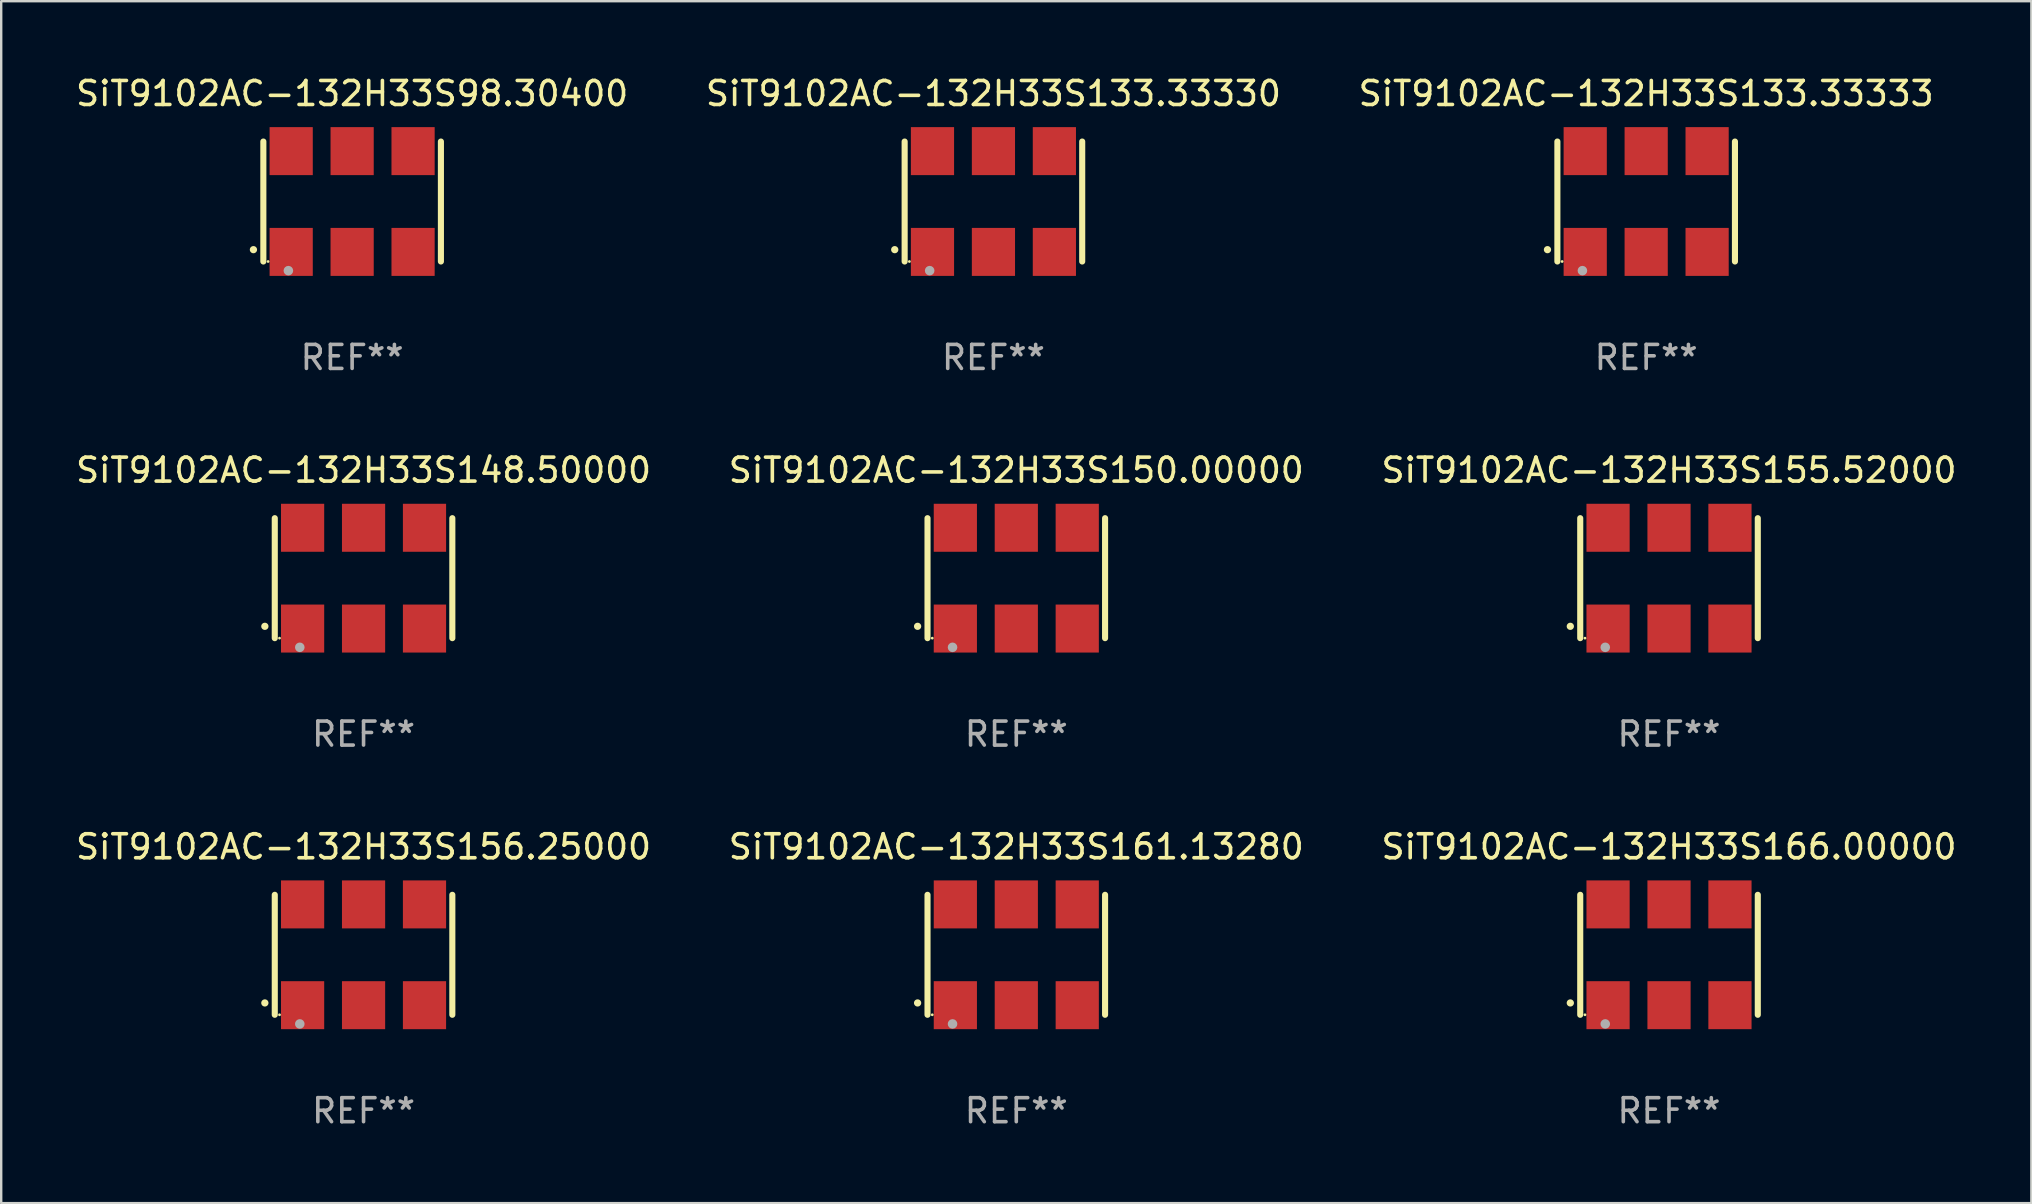
<source format=kicad_pcb>
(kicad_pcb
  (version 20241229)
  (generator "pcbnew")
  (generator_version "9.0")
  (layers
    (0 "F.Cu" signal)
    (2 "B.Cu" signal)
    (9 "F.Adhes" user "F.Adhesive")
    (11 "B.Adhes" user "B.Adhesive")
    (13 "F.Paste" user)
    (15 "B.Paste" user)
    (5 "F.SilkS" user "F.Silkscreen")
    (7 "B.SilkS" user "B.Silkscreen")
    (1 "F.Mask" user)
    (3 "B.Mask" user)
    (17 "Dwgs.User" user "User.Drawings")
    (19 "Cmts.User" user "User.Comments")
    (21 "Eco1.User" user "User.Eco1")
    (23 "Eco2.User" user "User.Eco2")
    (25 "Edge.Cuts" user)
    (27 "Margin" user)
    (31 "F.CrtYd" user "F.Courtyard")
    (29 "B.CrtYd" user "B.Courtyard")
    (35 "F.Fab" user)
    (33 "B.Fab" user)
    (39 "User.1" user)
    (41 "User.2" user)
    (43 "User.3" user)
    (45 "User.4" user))
  (footprint "SiT9102AC-132H33S133.33330"
    (layer "F.Cu")
    (at 38.351 5.348)
    (property "Reference" "SiT9102AC-132H33S133.33330" (at 0 -4.5 0) (layer "F.SilkS") (effects (font (size 1 1) (thickness 0.15))))
    (attr through_hole)
    (fp_line (start -3.7 -2.5) (end -3.7 2.5) (stroke (width 0.254) (type solid)) (layer "F.SilkS"))
    (fp_line (start 3.7 -2.5) (end 3.7 2.5) (stroke (width 0.254) (type solid)) (layer "F.SilkS"))
    (fp_arc (start -4.114415 2.006604) (mid -4.113145 2.006599) (end -4.111875 2.006604) (stroke (width 0.3) (type solid)) (layer "F.SilkS"))
    (fp_circle (center -3.502 2.5) (end -3.472 2.5) (stroke (width 0.06) (type solid)) (fill no) (layer "F.SilkS"))
    (fp_circle (center -2.657 2.882) (end -2.557 2.882) (stroke (width 0.2) (type solid)) (fill no) (layer "F.Fab"))
    (fp_text user "REF**" (at 0 6.5 0) (layer "F.Fab") (effects (font (size 1 1) (thickness 0.15))))
    (pad "1" smd rect (at -2.54 2.1) (size 1.8 2) (layers "F.Cu" "F.Mask" "F.Paste"))
    (pad "2" smd rect (at 0.000394 2.1) (size 1.8 2) (layers "F.Cu" "F.Mask" "F.Paste"))
    (pad "3" smd rect (at 2.54 2.1) (size 1.8 2) (layers "F.Cu" "F.Mask" "F.Paste"))
    (pad "4" smd rect (at 2.54 -2.1) (size 1.8 2) (layers "F.Cu" "F.Mask" "F.Paste"))
    (pad "5" smd rect (at 0.000394 -2.1) (size 1.8 2) (layers "F.Cu" "F.Mask" "F.Paste"))
    (pad "6" smd rect (at -2.54 -2.1) (size 1.8 2) (layers "F.Cu" "F.Mask" "F.Paste")))
  (footprint "SiT9102AC-132H33S161.13280"
    (layer "F.Cu")
    (at 39.304 36.741)
    (property "Reference" "SiT9102AC-132H33S161.13280" (at 0 -4.5 0) (layer "F.SilkS") (effects (font (size 1 1) (thickness 0.15))))
    (attr through_hole)
    (fp_line (start -3.7 -2.5) (end -3.7 2.5) (stroke (width 0.254) (type solid)) (layer "F.SilkS"))
    (fp_line (start 3.7 -2.5) (end 3.7 2.5) (stroke (width 0.254) (type solid)) (layer "F.SilkS"))
    (fp_arc (start -4.114415 2.006604) (mid -4.113145 2.006599) (end -4.111875 2.006604) (stroke (width 0.3) (type solid)) (layer "F.SilkS"))
    (fp_circle (center -3.502 2.5) (end -3.472 2.5) (stroke (width 0.06) (type solid)) (fill no) (layer "F.SilkS"))
    (fp_circle (center -2.657 2.882) (end -2.557 2.882) (stroke (width 0.2) (type solid)) (fill no) (layer "F.Fab"))
    (fp_text user "REF**" (at 0 6.5 0) (layer "F.Fab") (effects (font (size 1 1) (thickness 0.15))))
    (pad "1" smd rect (at -2.54 2.1) (size 1.8 2) (layers "F.Cu" "F.Mask" "F.Paste"))
    (pad "2" smd rect (at 0.000394 2.1) (size 1.8 2) (layers "F.Cu" "F.Mask" "F.Paste"))
    (pad "3" smd rect (at 2.54 2.1) (size 1.8 2) (layers "F.Cu" "F.Mask" "F.Paste"))
    (pad "4" smd rect (at 2.54 -2.1) (size 1.8 2) (layers "F.Cu" "F.Mask" "F.Paste"))
    (pad "5" smd rect (at 0.000394 -2.1) (size 1.8 2) (layers "F.Cu" "F.Mask" "F.Paste"))
    (pad "6" smd rect (at -2.54 -2.1) (size 1.8 2) (layers "F.Cu" "F.Mask" "F.Paste")))
  (footprint "SiT9102AC-132H33S133.33333"
    (layer "F.Cu")
    (at 65.554 5.348)
    (property "Reference" "SiT9102AC-132H33S133.33333" (at 0 -4.5 0) (layer "F.SilkS") (effects (font (size 1 1) (thickness 0.15))))
    (attr through_hole)
    (fp_line (start -3.7 -2.5) (end -3.7 2.5) (stroke (width 0.254) (type solid)) (layer "F.SilkS"))
    (fp_line (start 3.7 -2.5) (end 3.7 2.5) (stroke (width 0.254) (type solid)) (layer "F.SilkS"))
    (fp_arc (start -4.114415 2.006604) (mid -4.113145 2.006599) (end -4.111875 2.006604) (stroke (width 0.3) (type solid)) (layer "F.SilkS"))
    (fp_circle (center -3.502 2.5) (end -3.472 2.5) (stroke (width 0.06) (type solid)) (fill no) (layer "F.SilkS"))
    (fp_circle (center -2.657 2.882) (end -2.557 2.882) (stroke (width 0.2) (type solid)) (fill no) (layer "F.Fab"))
    (fp_text user "REF**" (at 0 6.5 0) (layer "F.Fab") (effects (font (size 1 1) (thickness 0.15))))
    (pad "1" smd rect (at -2.54 2.1) (size 1.8 2) (layers "F.Cu" "F.Mask" "F.Paste"))
    (pad "2" smd rect (at 0.000394 2.1) (size 1.8 2) (layers "F.Cu" "F.Mask" "F.Paste"))
    (pad "3" smd rect (at 2.54 2.1) (size 1.8 2) (layers "F.Cu" "F.Mask" "F.Paste"))
    (pad "4" smd rect (at 2.54 -2.1) (size 1.8 2) (layers "F.Cu" "F.Mask" "F.Paste"))
    (pad "5" smd rect (at 0.000394 -2.1) (size 1.8 2) (layers "F.Cu" "F.Mask" "F.Paste"))
    (pad "6" smd rect (at -2.54 -2.1) (size 1.8 2) (layers "F.Cu" "F.Mask" "F.Paste")))
  (footprint "SiT9102AC-132H33S98.30400"
    (layer "F.Cu")
    (at 11.625 5.348)
    (property "Reference" "SiT9102AC-132H33S98.30400" (at 0 -4.5 0) (layer "F.SilkS") (effects (font (size 1 1) (thickness 0.15))))
    (attr through_hole)
    (fp_line (start -3.7 -2.5) (end -3.7 2.5) (stroke (width 0.254) (type solid)) (layer "F.SilkS"))
    (fp_line (start 3.7 -2.5) (end 3.7 2.5) (stroke (width 0.254) (type solid)) (layer "F.SilkS"))
    (fp_arc (start -4.114415 2.006604) (mid -4.113145 2.006599) (end -4.111875 2.006604) (stroke (width 0.3) (type solid)) (layer "F.SilkS"))
    (fp_circle (center -3.502 2.5) (end -3.472 2.5) (stroke (width 0.06) (type solid)) (fill no) (layer "F.SilkS"))
    (fp_circle (center -2.657 2.882) (end -2.557 2.882) (stroke (width 0.2) (type solid)) (fill no) (layer "F.Fab"))
    (fp_text user "REF**" (at 0 6.5 0) (layer "F.Fab") (effects (font (size 1 1) (thickness 0.15))))
    (pad "1" smd rect (at -2.54 2.1) (size 1.8 2) (layers "F.Cu" "F.Mask" "F.Paste"))
    (pad "2" smd rect (at 0.000394 2.1) (size 1.8 2) (layers "F.Cu" "F.Mask" "F.Paste"))
    (pad "3" smd rect (at 2.54 2.1) (size 1.8 2) (layers "F.Cu" "F.Mask" "F.Paste"))
    (pad "4" smd rect (at 2.54 -2.1) (size 1.8 2) (layers "F.Cu" "F.Mask" "F.Paste"))
    (pad "5" smd rect (at 0.000394 -2.1) (size 1.8 2) (layers "F.Cu" "F.Mask" "F.Paste"))
    (pad "6" smd rect (at -2.54 -2.1) (size 1.8 2) (layers "F.Cu" "F.Mask" "F.Paste")))
  (footprint "SiT9102AC-132H33S155.52000"
    (layer "F.Cu")
    (at 66.506 21.045)
    (property "Reference" "SiT9102AC-132H33S155.52000" (at 0 -4.5 0) (layer "F.SilkS") (effects (font (size 1 1) (thickness 0.15))))
    (attr through_hole)
    (fp_line (start -3.7 -2.5) (end -3.7 2.5) (stroke (width 0.254) (type solid)) (layer "F.SilkS"))
    (fp_line (start 3.7 -2.5) (end 3.7 2.5) (stroke (width 0.254) (type solid)) (layer "F.SilkS"))
    (fp_arc (start -4.114415 2.006604) (mid -4.113145 2.006599) (end -4.111875 2.006604) (stroke (width 0.3) (type solid)) (layer "F.SilkS"))
    (fp_circle (center -3.502 2.5) (end -3.472 2.5) (stroke (width 0.06) (type solid)) (fill no) (layer "F.SilkS"))
    (fp_circle (center -2.657 2.882) (end -2.557 2.882) (stroke (width 0.2) (type solid)) (fill no) (layer "F.Fab"))
    (fp_text user "REF**" (at 0 6.5 0) (layer "F.Fab") (effects (font (size 1 1) (thickness 0.15))))
    (pad "1" smd rect (at -2.54 2.1) (size 1.8 2) (layers "F.Cu" "F.Mask" "F.Paste"))
    (pad "2" smd rect (at 0.000394 2.1) (size 1.8 2) (layers "F.Cu" "F.Mask" "F.Paste"))
    (pad "3" smd rect (at 2.54 2.1) (size 1.8 2) (layers "F.Cu" "F.Mask" "F.Paste"))
    (pad "4" smd rect (at 2.54 -2.1) (size 1.8 2) (layers "F.Cu" "F.Mask" "F.Paste"))
    (pad "5" smd rect (at 0.000394 -2.1) (size 1.8 2) (layers "F.Cu" "F.Mask" "F.Paste"))
    (pad "6" smd rect (at -2.54 -2.1) (size 1.8 2) (layers "F.Cu" "F.Mask" "F.Paste")))
  (footprint "SiT9102AC-132H33S166.00000"
    (layer "F.Cu")
    (at 66.506 36.741)
    (property "Reference" "SiT9102AC-132H33S166.00000" (at 0 -4.5 0) (layer "F.SilkS") (effects (font (size 1 1) (thickness 0.15))))
    (attr through_hole)
    (fp_line (start -3.7 -2.5) (end -3.7 2.5) (stroke (width 0.254) (type solid)) (layer "F.SilkS"))
    (fp_line (start 3.7 -2.5) (end 3.7 2.5) (stroke (width 0.254) (type solid)) (layer "F.SilkS"))
    (fp_arc (start -4.114415 2.006604) (mid -4.113145 2.006599) (end -4.111875 2.006604) (stroke (width 0.3) (type solid)) (layer "F.SilkS"))
    (fp_circle (center -3.502 2.5) (end -3.472 2.5) (stroke (width 0.06) (type solid)) (fill no) (layer "F.SilkS"))
    (fp_circle (center -2.657 2.882) (end -2.557 2.882) (stroke (width 0.2) (type solid)) (fill no) (layer "F.Fab"))
    (fp_text user "REF**" (at 0 6.5 0) (layer "F.Fab") (effects (font (size 1 1) (thickness 0.15))))
    (pad "1" smd rect (at -2.54 2.1) (size 1.8 2) (layers "F.Cu" "F.Mask" "F.Paste"))
    (pad "2" smd rect (at 0.000394 2.1) (size 1.8 2) (layers "F.Cu" "F.Mask" "F.Paste"))
    (pad "3" smd rect (at 2.54 2.1) (size 1.8 2) (layers "F.Cu" "F.Mask" "F.Paste"))
    (pad "4" smd rect (at 2.54 -2.1) (size 1.8 2) (layers "F.Cu" "F.Mask" "F.Paste"))
    (pad "5" smd rect (at 0.000394 -2.1) (size 1.8 2) (layers "F.Cu" "F.Mask" "F.Paste"))
    (pad "6" smd rect (at -2.54 -2.1) (size 1.8 2) (layers "F.Cu" "F.Mask" "F.Paste")))
  (footprint "SiT9102AC-132H33S148.50000"
    (layer "F.Cu")
    (at 12.101 21.045)
    (property "Reference" "SiT9102AC-132H33S148.50000" (at 0 -4.5 0) (layer "F.SilkS") (effects (font (size 1 1) (thickness 0.15))))
    (attr through_hole)
    (fp_line (start -3.7 -2.5) (end -3.7 2.5) (stroke (width 0.254) (type solid)) (layer "F.SilkS"))
    (fp_line (start 3.7 -2.5) (end 3.7 2.5) (stroke (width 0.254) (type solid)) (layer "F.SilkS"))
    (fp_arc (start -4.114415 2.006604) (mid -4.113145 2.006599) (end -4.111875 2.006604) (stroke (width 0.3) (type solid)) (layer "F.SilkS"))
    (fp_circle (center -3.502 2.5) (end -3.472 2.5) (stroke (width 0.06) (type solid)) (fill no) (layer "F.SilkS"))
    (fp_circle (center -2.657 2.882) (end -2.557 2.882) (stroke (width 0.2) (type solid)) (fill no) (layer "F.Fab"))
    (fp_text user "REF**" (at 0 6.5 0) (layer "F.Fab") (effects (font (size 1 1) (thickness 0.15))))
    (pad "1" smd rect (at -2.54 2.1) (size 1.8 2) (layers "F.Cu" "F.Mask" "F.Paste"))
    (pad "2" smd rect (at 0.000394 2.1) (size 1.8 2) (layers "F.Cu" "F.Mask" "F.Paste"))
    (pad "3" smd rect (at 2.54 2.1) (size 1.8 2) (layers "F.Cu" "F.Mask" "F.Paste"))
    (pad "4" smd rect (at 2.54 -2.1) (size 1.8 2) (layers "F.Cu" "F.Mask" "F.Paste"))
    (pad "5" smd rect (at 0.000394 -2.1) (size 1.8 2) (layers "F.Cu" "F.Mask" "F.Paste"))
    (pad "6" smd rect (at -2.54 -2.1) (size 1.8 2) (layers "F.Cu" "F.Mask" "F.Paste")))
  (footprint "SiT9102AC-132H33S156.25000"
    (layer "F.Cu")
    (at 12.101 36.741)
    (property "Reference" "SiT9102AC-132H33S156.25000" (at 0 -4.5 0) (layer "F.SilkS") (effects (font (size 1 1) (thickness 0.15))))
    (attr through_hole)
    (fp_line (start -3.7 -2.5) (end -3.7 2.5) (stroke (width 0.254) (type solid)) (layer "F.SilkS"))
    (fp_line (start 3.7 -2.5) (end 3.7 2.5) (stroke (width 0.254) (type solid)) (layer "F.SilkS"))
    (fp_arc (start -4.114415 2.006604) (mid -4.113145 2.006599) (end -4.111875 2.006604) (stroke (width 0.3) (type solid)) (layer "F.SilkS"))
    (fp_circle (center -3.502 2.5) (end -3.472 2.5) (stroke (width 0.06) (type solid)) (fill no) (layer "F.SilkS"))
    (fp_circle (center -2.657 2.882) (end -2.557 2.882) (stroke (width 0.2) (type solid)) (fill no) (layer "F.Fab"))
    (fp_text user "REF**" (at 0 6.5 0) (layer "F.Fab") (effects (font (size 1 1) (thickness 0.15))))
    (pad "1" smd rect (at -2.54 2.1) (size 1.8 2) (layers "F.Cu" "F.Mask" "F.Paste"))
    (pad "2" smd rect (at 0.000394 2.1) (size 1.8 2) (layers "F.Cu" "F.Mask" "F.Paste"))
    (pad "3" smd rect (at 2.54 2.1) (size 1.8 2) (layers "F.Cu" "F.Mask" "F.Paste"))
    (pad "4" smd rect (at 2.54 -2.1) (size 1.8 2) (layers "F.Cu" "F.Mask" "F.Paste"))
    (pad "5" smd rect (at 0.000394 -2.1) (size 1.8 2) (layers "F.Cu" "F.Mask" "F.Paste"))
    (pad "6" smd rect (at -2.54 -2.1) (size 1.8 2) (layers "F.Cu" "F.Mask" "F.Paste")))
  (footprint "SiT9102AC-132H33S150.00000"
    (layer "F.Cu")
    (at 39.304 21.045)
    (property "Reference" "SiT9102AC-132H33S150.00000" (at 0 -4.5 0) (layer "F.SilkS") (effects (font (size 1 1) (thickness 0.15))))
    (attr through_hole)
    (fp_line (start -3.7 -2.5) (end -3.7 2.5) (stroke (width 0.254) (type solid)) (layer "F.SilkS"))
    (fp_line (start 3.7 -2.5) (end 3.7 2.5) (stroke (width 0.254) (type solid)) (layer "F.SilkS"))
    (fp_arc (start -4.114415 2.006604) (mid -4.113145 2.006599) (end -4.111875 2.006604) (stroke (width 0.3) (type solid)) (layer "F.SilkS"))
    (fp_circle (center -3.502 2.5) (end -3.472 2.5) (stroke (width 0.06) (type solid)) (fill no) (layer "F.SilkS"))
    (fp_circle (center -2.657 2.882) (end -2.557 2.882) (stroke (width 0.2) (type solid)) (fill no) (layer "F.Fab"))
    (fp_text user "REF**" (at 0 6.5 0) (layer "F.Fab") (effects (font (size 1 1) (thickness 0.15))))
    (pad "1" smd rect (at -2.54 2.1) (size 1.8 2) (layers "F.Cu" "F.Mask" "F.Paste"))
    (pad "2" smd rect (at 0.000394 2.1) (size 1.8 2) (layers "F.Cu" "F.Mask" "F.Paste"))
    (pad "3" smd rect (at 2.54 2.1) (size 1.8 2) (layers "F.Cu" "F.Mask" "F.Paste"))
    (pad "4" smd rect (at 2.54 -2.1) (size 1.8 2) (layers "F.Cu" "F.Mask" "F.Paste"))
    (pad "5" smd rect (at 0.000394 -2.1) (size 1.8 2) (layers "F.Cu" "F.Mask" "F.Paste"))
    (pad "6" smd rect (at -2.54 -2.1) (size 1.8 2) (layers "F.Cu" "F.Mask" "F.Paste")))
  (gr_rect
    (start -3 -3)
    (end 81.607 47.09)
    (stroke (width 0.1) (type default))
    (fill no)
    (layer "Edge.Cuts")))
</source>
